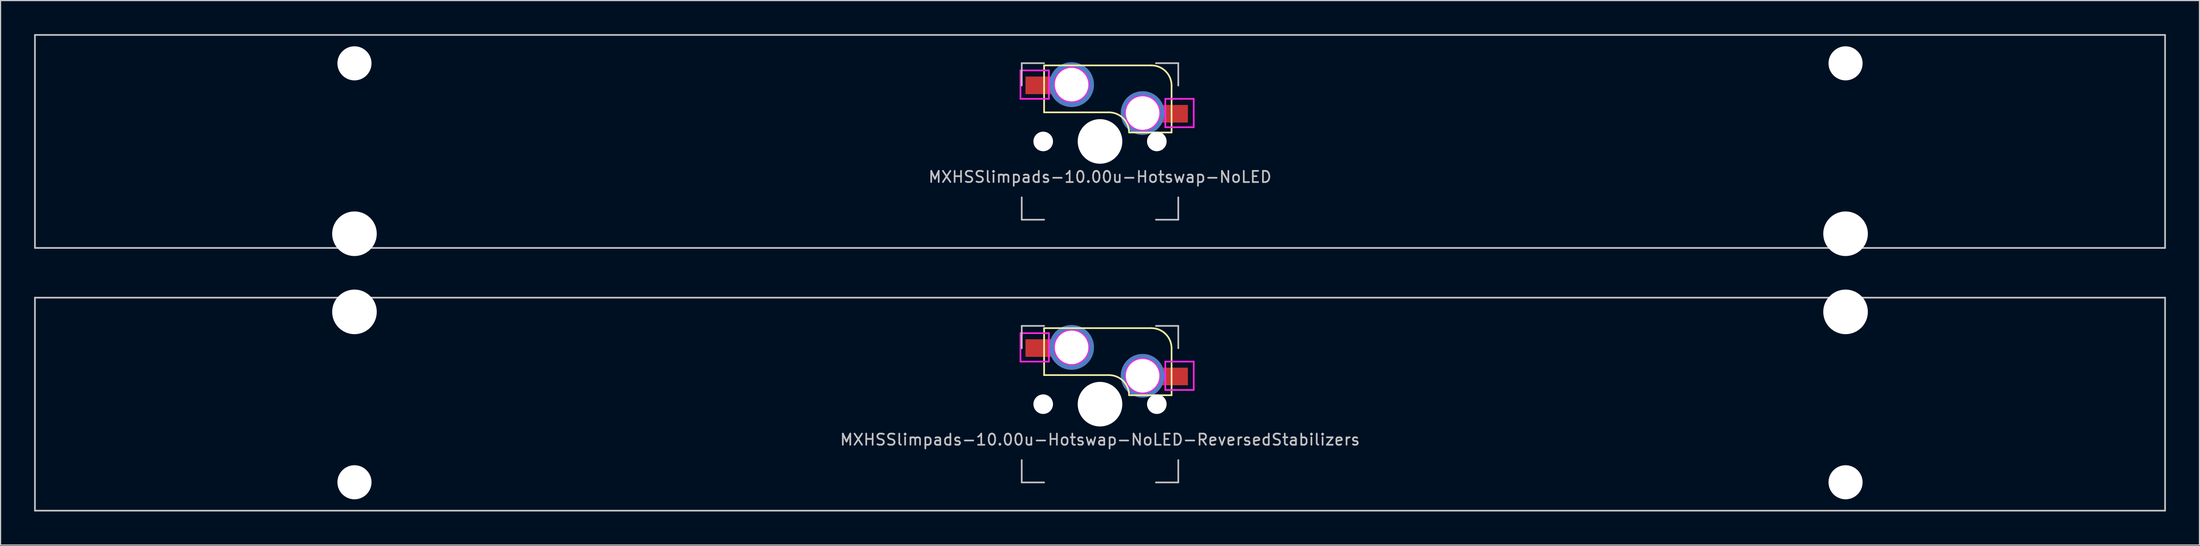
<source format=kicad_pcb>
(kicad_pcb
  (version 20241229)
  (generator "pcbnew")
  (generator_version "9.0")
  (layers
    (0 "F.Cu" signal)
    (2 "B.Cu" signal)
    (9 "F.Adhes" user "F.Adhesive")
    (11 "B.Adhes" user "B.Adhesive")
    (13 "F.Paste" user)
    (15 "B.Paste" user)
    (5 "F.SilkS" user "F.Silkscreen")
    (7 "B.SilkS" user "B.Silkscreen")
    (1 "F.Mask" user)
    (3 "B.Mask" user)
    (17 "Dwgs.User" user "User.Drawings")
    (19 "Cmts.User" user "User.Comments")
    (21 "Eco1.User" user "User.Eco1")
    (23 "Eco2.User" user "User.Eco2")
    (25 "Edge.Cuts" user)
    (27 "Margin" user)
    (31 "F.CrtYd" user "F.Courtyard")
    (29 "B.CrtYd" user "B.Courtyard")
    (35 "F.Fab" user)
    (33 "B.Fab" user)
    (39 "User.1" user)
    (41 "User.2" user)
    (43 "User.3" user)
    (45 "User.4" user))
  (footprint "MXHSSlimpads-10.00u-Hotswap-NoLED-ReversedStabilizers"
    (layer "F.Cu")
    (at 95.325 33.098)
    (property "Reference" "MXHSSlimpads-10.00u-Hotswap-NoLED-ReversedStabilizers" (at 0 3.175 0) (layer "Dwgs.User") (effects (font (size 1 1) (thickness 0.15))))
    (attr through_hole)
    (fp_line (start -5 -6.8) (end 4.6 -6.8) (stroke (width 0.15) (type solid)) (layer "F.SilkS"))
    (fp_line (start -5 -2.6) (end -5 -6.8) (stroke (width 0.15) (type solid)) (layer "F.SilkS"))
    (fp_line (start 0.8 -2.6) (end -5 -2.6) (stroke (width 0.15) (type solid)) (layer "F.SilkS"))
    (fp_line (start 6.4 -5) (end 6.4 -0.8) (stroke (width 0.15) (type solid)) (layer "F.SilkS"))
    (fp_line (start 6.4 -0.8) (end 2.6 -0.8) (stroke (width 0.15) (type solid)) (layer "F.SilkS"))
    (fp_arc (start 0.8 -2.6) (mid 2.072792 -2.072792) (end 2.6 -0.8) (stroke (width 0.15) (type solid)) (layer "F.SilkS"))
    (fp_arc (start 4.6 -6.8) (mid 5.872792 -6.272792) (end 6.4 -5) (stroke (width 0.15) (type solid)) (layer "F.SilkS"))
    (fp_rect (start -6.604 -5.791) (end -5.156 -4.242) (stroke (width 0.12) (type solid)) (fill yes) (layer "F.Paste"))
    (fp_rect (start 6.553 -3.226) (end 7.798 -1.676) (stroke (width 0.12) (type solid)) (fill yes) (layer "F.Paste"))
    (fp_line (start -95.25 -9.525) (end 95.25 -9.525) (stroke (width 0.15) (type solid)) (layer "Dwgs.User"))
    (fp_line (start -95.25 9.525) (end -95.25 -9.525) (stroke (width 0.15) (type solid)) (layer "Dwgs.User"))
    (fp_line (start -95.25 9.525) (end 95.25 9.525) (stroke (width 0.15) (type solid)) (layer "Dwgs.User"))
    (fp_line (start -7 -7) (end -7 -5) (stroke (width 0.15) (type solid)) (layer "Dwgs.User"))
    (fp_line (start -7 7) (end -7 5) (stroke (width 0.15) (type solid)) (layer "Dwgs.User"))
    (fp_line (start -5 -7) (end -7 -7) (stroke (width 0.15) (type solid)) (layer "Dwgs.User"))
    (fp_line (start -5 7) (end -7 7) (stroke (width 0.15) (type solid)) (layer "Dwgs.User"))
    (fp_line (start 5 -7) (end 7 -7) (stroke (width 0.15) (type solid)) (layer "Dwgs.User"))
    (fp_line (start 7 -7) (end 7 -5) (stroke (width 0.15) (type solid)) (layer "Dwgs.User"))
    (fp_line (start 7 5) (end 7 7) (stroke (width 0.15) (type solid)) (layer "Dwgs.User"))
    (fp_line (start 7 7) (end 5 7) (stroke (width 0.15) (type solid)) (layer "Dwgs.User"))
    (fp_line (start 95.25 -9.525) (end 95.25 9.525) (stroke (width 0.15) (type solid)) (layer "Dwgs.User"))
    (fp_line (start -7.112 -6.35) (end -7.112 -3.81) (stroke (width 0.15) (type solid)) (layer "F.CrtYd"))
    (fp_line (start -7.112 -3.81) (end -4.572 -3.81) (stroke (width 0.15) (type solid)) (layer "F.CrtYd"))
    (fp_line (start -4.572 -6.35) (end -7.112 -6.35) (stroke (width 0.15) (type solid)) (layer "F.CrtYd"))
    (fp_line (start -4.572 -3.81) (end -4.572 -6.35) (stroke (width 0.15) (type solid)) (layer "F.CrtYd"))
    (fp_line (start 5.842 -3.81) (end 5.842 -1.27) (stroke (width 0.15) (type solid)) (layer "F.CrtYd"))
    (fp_line (start 5.842 -1.27) (end 8.382 -1.27) (stroke (width 0.15) (type solid)) (layer "F.CrtYd"))
    (fp_line (start 8.382 -3.81) (end 5.842 -3.81) (stroke (width 0.15) (type solid)) (layer "F.CrtYd"))
    (fp_line (start 8.382 -1.27) (end 8.382 -3.81) (stroke (width 0.15) (type solid)) (layer "F.CrtYd"))
    (fp_circle (center -2.54 -5.08) (end -2.54 -6.604) (stroke (width 0.15) (type solid)) (fill no) (layer "F.CrtYd"))
    (fp_circle (center 3.81 -2.54) (end 3.81 -4.064) (stroke (width 0.15) (type solid)) (fill no) (layer "F.CrtYd"))
    (pad "" np_thru_hole circle (at -66.675 -8.255) (size 3.988 3.988) (drill 3.988) (layers "*.Cu" "*.Mask"))
    (pad "" np_thru_hole circle (at -66.675 6.985) (size 3.048 3.048) (drill 3.048) (layers "*.Cu" "*.Mask"))
    (pad "" np_thru_hole circle (at -5.08 0 131.9) (size 1.75 1.75) (drill 1.75) (layers "*.Cu" "*.Mask"))
    (pad "" np_thru_hole circle (at 0 0 180) (size 3.988 3.988) (drill 3.988) (layers "*.Cu" "*.Mask"))
    (pad "" np_thru_hole circle (at 5.08 0 131.9) (size 1.75 1.75) (drill 1.75) (layers "*.Cu" "*.Mask"))
    (pad "" np_thru_hole circle (at 66.675 -8.255) (size 3.988 3.988) (drill 3.988) (layers "*.Cu" "*.Mask"))
    (pad "" np_thru_hole circle (at 66.675 6.985) (size 3.048 3.048) (drill 3.048) (layers "*.Cu" "*.Mask"))
    (pad "1" thru_hole circle (at 3.81 -2.54 180) (size 3.9 3.9) (drill 3) (layers "*.Cu"))
    (pad "1" smd rect (at 3.81 -2.54 180) (size 4 1.575) (drill (offset -2.05 -0.062)) (layers "F.Cu" "F.Mask"))
    (pad "2" smd rect (at -2.54 -5.08 180) (size 4 1.575) (drill (offset 2.125 -0.062)) (layers "F.Cu" "F.Mask"))
    (pad "2" thru_hole circle (at -2.54 -5.08 180) (size 4 4) (drill 3) (layers "*.Cu")))
  (footprint "MXHSSlimpads-10.00u-Hotswap-NoLED"
    (layer "F.Cu")
    (at 95.325 9.6)
    (property "Reference" "MXHSSlimpads-10.00u-Hotswap-NoLED" (at 0 3.175 0) (layer "Dwgs.User") (effects (font (size 1 1) (thickness 0.15))))
    (attr through_hole)
    (fp_line (start -5 -6.8) (end 4.6 -6.8) (stroke (width 0.15) (type solid)) (layer "F.SilkS"))
    (fp_line (start -5 -2.6) (end -5 -6.8) (stroke (width 0.15) (type solid)) (layer "F.SilkS"))
    (fp_line (start 0.8 -2.6) (end -5 -2.6) (stroke (width 0.15) (type solid)) (layer "F.SilkS"))
    (fp_line (start 6.4 -5) (end 6.4 -0.8) (stroke (width 0.15) (type solid)) (layer "F.SilkS"))
    (fp_line (start 6.4 -0.8) (end 2.6 -0.8) (stroke (width 0.15) (type solid)) (layer "F.SilkS"))
    (fp_arc (start 0.8 -2.6) (mid 2.072792 -2.072792) (end 2.6 -0.8) (stroke (width 0.15) (type solid)) (layer "F.SilkS"))
    (fp_arc (start 4.6 -6.8) (mid 5.872792 -6.272792) (end 6.4 -5) (stroke (width 0.15) (type solid)) (layer "F.SilkS"))
    (fp_rect (start -6.604 -5.791) (end -5.156 -4.242) (stroke (width 0.12) (type solid)) (fill yes) (layer "F.Paste"))
    (fp_rect (start 6.553 -3.226) (end 7.798 -1.676) (stroke (width 0.12) (type solid)) (fill yes) (layer "F.Paste"))
    (fp_line (start -95.25 -9.525) (end 95.25 -9.525) (stroke (width 0.15) (type solid)) (layer "Dwgs.User"))
    (fp_line (start -95.25 9.525) (end -95.25 -9.525) (stroke (width 0.15) (type solid)) (layer "Dwgs.User"))
    (fp_line (start -95.25 9.525) (end 95.25 9.525) (stroke (width 0.15) (type solid)) (layer "Dwgs.User"))
    (fp_line (start -7 -7) (end -7 -5) (stroke (width 0.15) (type solid)) (layer "Dwgs.User"))
    (fp_line (start -7 7) (end -7 5) (stroke (width 0.15) (type solid)) (layer "Dwgs.User"))
    (fp_line (start -5 -7) (end -7 -7) (stroke (width 0.15) (type solid)) (layer "Dwgs.User"))
    (fp_line (start -5 7) (end -7 7) (stroke (width 0.15) (type solid)) (layer "Dwgs.User"))
    (fp_line (start 5 -7) (end 7 -7) (stroke (width 0.15) (type solid)) (layer "Dwgs.User"))
    (fp_line (start 7 -7) (end 7 -5) (stroke (width 0.15) (type solid)) (layer "Dwgs.User"))
    (fp_line (start 7 5) (end 7 7) (stroke (width 0.15) (type solid)) (layer "Dwgs.User"))
    (fp_line (start 7 7) (end 5 7) (stroke (width 0.15) (type solid)) (layer "Dwgs.User"))
    (fp_line (start 95.25 -9.525) (end 95.25 9.525) (stroke (width 0.15) (type solid)) (layer "Dwgs.User"))
    (fp_line (start -7.112 -6.35) (end -7.112 -3.81) (stroke (width 0.15) (type solid)) (layer "F.CrtYd"))
    (fp_line (start -7.112 -3.81) (end -4.572 -3.81) (stroke (width 0.15) (type solid)) (layer "F.CrtYd"))
    (fp_line (start -4.572 -6.35) (end -7.112 -6.35) (stroke (width 0.15) (type solid)) (layer "F.CrtYd"))
    (fp_line (start -4.572 -3.81) (end -4.572 -6.35) (stroke (width 0.15) (type solid)) (layer "F.CrtYd"))
    (fp_line (start 5.842 -3.81) (end 5.842 -1.27) (stroke (width 0.15) (type solid)) (layer "F.CrtYd"))
    (fp_line (start 5.842 -1.27) (end 8.382 -1.27) (stroke (width 0.15) (type solid)) (layer "F.CrtYd"))
    (fp_line (start 8.382 -3.81) (end 5.842 -3.81) (stroke (width 0.15) (type solid)) (layer "F.CrtYd"))
    (fp_line (start 8.382 -1.27) (end 8.382 -3.81) (stroke (width 0.15) (type solid)) (layer "F.CrtYd"))
    (fp_circle (center -2.54 -5.08) (end -2.54 -6.604) (stroke (width 0.15) (type solid)) (fill no) (layer "F.CrtYd"))
    (fp_circle (center 3.81 -2.54) (end 3.81 -4.064) (stroke (width 0.15) (type solid)) (fill no) (layer "F.CrtYd"))
    (pad "" np_thru_hole circle (at -66.675 -6.985) (size 3.048 3.048) (drill 3.048) (layers "*.Cu" "*.Mask"))
    (pad "" np_thru_hole circle (at -66.675 8.255) (size 3.988 3.988) (drill 3.988) (layers "*.Cu" "*.Mask"))
    (pad "" np_thru_hole circle (at -5.08 0 131.9) (size 1.75 1.75) (drill 1.75) (layers "*.Cu" "*.Mask"))
    (pad "" np_thru_hole circle (at 0 0 180) (size 3.988 3.988) (drill 3.988) (layers "*.Cu" "*.Mask"))
    (pad "" np_thru_hole circle (at 5.08 0 131.9) (size 1.75 1.75) (drill 1.75) (layers "*.Cu" "*.Mask"))
    (pad "" np_thru_hole circle (at 66.675 -6.985) (size 3.048 3.048) (drill 3.048) (layers "*.Cu" "*.Mask"))
    (pad "" np_thru_hole circle (at 66.675 8.255) (size 3.988 3.988) (drill 3.988) (layers "*.Cu" "*.Mask"))
    (pad "1" thru_hole circle (at 3.81 -2.54 180) (size 3.9 3.9) (drill 3) (layers "*.Cu"))
    (pad "1" smd rect (at 3.81 -2.54 180) (size 4 1.575) (drill (offset -2.05 -0.062)) (layers "F.Cu" "F.Mask"))
    (pad "2" smd rect (at -2.54 -5.08 180) (size 4 1.575) (drill (offset 2.125 -0.062)) (layers "F.Cu" "F.Mask"))
    (pad "2" thru_hole circle (at -2.54 -5.08 180) (size 4 4) (drill 3) (layers "*.Cu")))
  (gr_rect
    (start -3 -3)
    (end 193.65 45.698)
    (stroke (width 0.1) (type default))
    (fill no)
    (layer "Edge.Cuts")))
</source>
